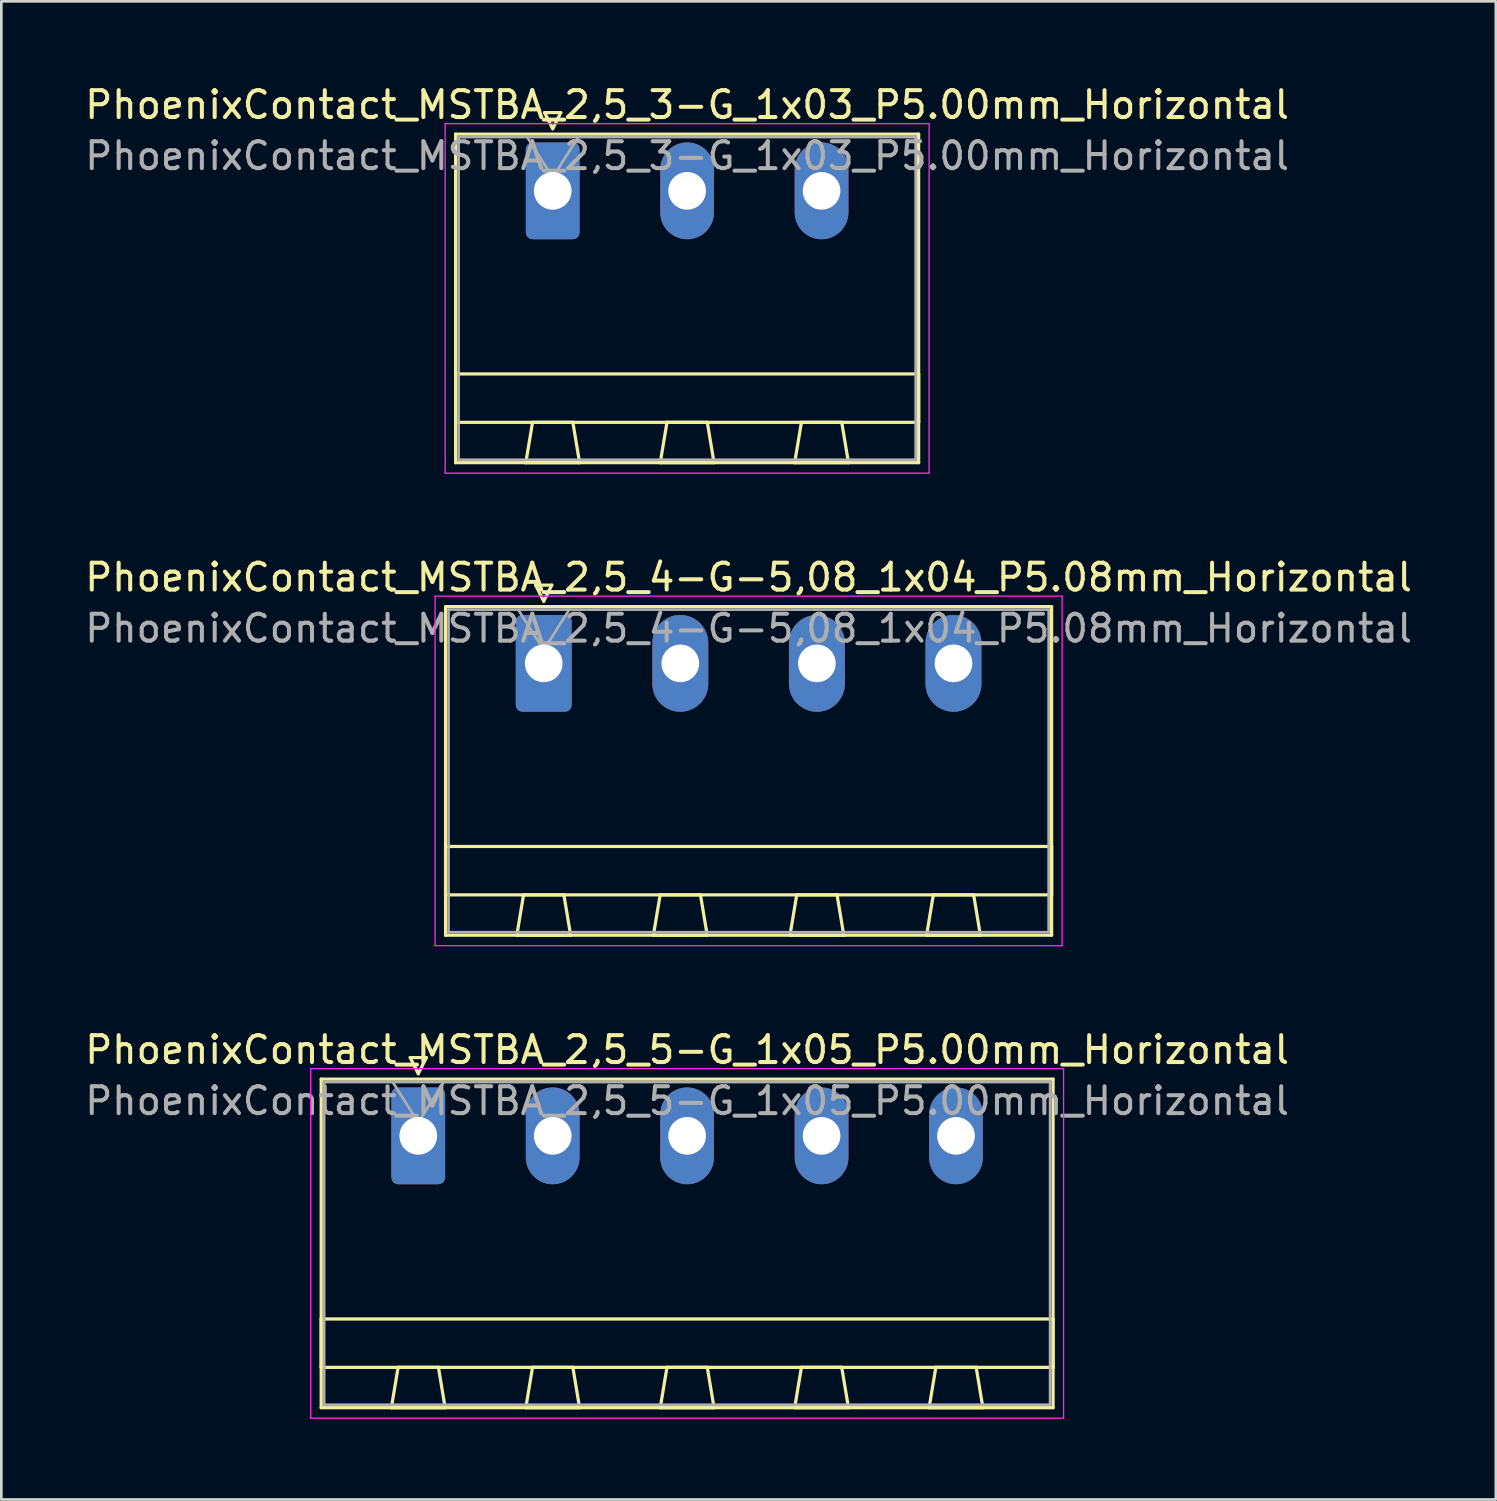
<source format=kicad_pcb>
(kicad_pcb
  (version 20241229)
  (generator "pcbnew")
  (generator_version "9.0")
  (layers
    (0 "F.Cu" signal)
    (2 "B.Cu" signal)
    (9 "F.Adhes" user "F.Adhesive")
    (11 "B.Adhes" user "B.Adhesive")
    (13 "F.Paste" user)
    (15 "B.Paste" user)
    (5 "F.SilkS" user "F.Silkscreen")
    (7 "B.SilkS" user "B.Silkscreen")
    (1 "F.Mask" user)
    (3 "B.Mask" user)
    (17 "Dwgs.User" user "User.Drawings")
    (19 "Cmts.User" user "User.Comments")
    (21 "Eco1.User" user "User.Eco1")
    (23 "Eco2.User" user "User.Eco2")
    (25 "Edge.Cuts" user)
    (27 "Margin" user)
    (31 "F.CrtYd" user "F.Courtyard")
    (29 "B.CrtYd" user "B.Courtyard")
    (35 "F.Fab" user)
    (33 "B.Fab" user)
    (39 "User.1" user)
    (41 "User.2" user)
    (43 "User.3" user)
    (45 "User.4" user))
  (footprint "PhoenixContact_MSTBA_2,5_3-G_1x03_P5.00mm_Horizontal"
    (layer "F.Cu")
    (at 17.506 4.048)
    (property "Reference" "PhoenixContact_MSTBA_2,5_3-G_1x03_P5.00mm_Horizontal" (at 5 -3.2 0) (layer "F.SilkS") (effects (font (size 1 1) (thickness 0.15))))
    (attr through_hole)
    (fp_line (start -3.61 -2.11) (end -3.61 10.11) (stroke (width 0.12) (type solid)) (layer "F.SilkS"))
    (fp_line (start -3.61 6.81) (end 13.61 6.81) (stroke (width 0.12) (type solid)) (layer "F.SilkS"))
    (fp_line (start -3.61 8.61) (end -3.61 6.81) (stroke (width 0.12) (type solid)) (layer "F.SilkS"))
    (fp_line (start -3.61 10.11) (end 13.61 10.11) (stroke (width 0.12) (type solid)) (layer "F.SilkS"))
    (fp_line (start -1 10.11) (end 1 10.11) (stroke (width 0.12) (type solid)) (layer "F.SilkS"))
    (fp_line (start -0.75 8.61) (end -1 10.11) (stroke (width 0.12) (type solid)) (layer "F.SilkS"))
    (fp_line (start -0.3 -2.91) (end 0.3 -2.91) (stroke (width 0.12) (type solid)) (layer "F.SilkS"))
    (fp_line (start 0 -2.31) (end -0.3 -2.91) (stroke (width 0.12) (type solid)) (layer "F.SilkS"))
    (fp_line (start 0.3 -2.91) (end 0 -2.31) (stroke (width 0.12) (type solid)) (layer "F.SilkS"))
    (fp_line (start 0.75 8.61) (end -0.75 8.61) (stroke (width 0.12) (type solid)) (layer "F.SilkS"))
    (fp_line (start 1 10.11) (end 0.75 8.61) (stroke (width 0.12) (type solid)) (layer "F.SilkS"))
    (fp_line (start 4 10.11) (end 6 10.11) (stroke (width 0.12) (type solid)) (layer "F.SilkS"))
    (fp_line (start 4.25 8.61) (end 4 10.11) (stroke (width 0.12) (type solid)) (layer "F.SilkS"))
    (fp_line (start 5.75 8.61) (end 4.25 8.61) (stroke (width 0.12) (type solid)) (layer "F.SilkS"))
    (fp_line (start 6 10.11) (end 5.75 8.61) (stroke (width 0.12) (type solid)) (layer "F.SilkS"))
    (fp_line (start 9 10.11) (end 11 10.11) (stroke (width 0.12) (type solid)) (layer "F.SilkS"))
    (fp_line (start 9.25 8.61) (end 9 10.11) (stroke (width 0.12) (type solid)) (layer "F.SilkS"))
    (fp_line (start 10.75 8.61) (end 9.25 8.61) (stroke (width 0.12) (type solid)) (layer "F.SilkS"))
    (fp_line (start 11 10.11) (end 10.75 8.61) (stroke (width 0.12) (type solid)) (layer "F.SilkS"))
    (fp_line (start 13.61 -2.11) (end -3.61 -2.11) (stroke (width 0.12) (type solid)) (layer "F.SilkS"))
    (fp_line (start 13.61 6.81) (end 13.61 8.61) (stroke (width 0.12) (type solid)) (layer "F.SilkS"))
    (fp_line (start 13.61 8.61) (end -3.61 8.61) (stroke (width 0.12) (type solid)) (layer "F.SilkS"))
    (fp_line (start 13.61 10.11) (end 13.61 -2.11) (stroke (width 0.12) (type solid)) (layer "F.SilkS"))
    (fp_line (start -4 -2.5) (end -4 10.5) (stroke (width 0.05) (type solid)) (layer "F.CrtYd"))
    (fp_line (start -4 10.5) (end 14 10.5) (stroke (width 0.05) (type solid)) (layer "F.CrtYd"))
    (fp_line (start 14 -2.5) (end -4 -2.5) (stroke (width 0.05) (type solid)) (layer "F.CrtYd"))
    (fp_line (start 14 10.5) (end 14 -2.5) (stroke (width 0.05) (type solid)) (layer "F.CrtYd"))
    (fp_line (start -3.5 -2) (end -3.5 10) (stroke (width 0.1) (type solid)) (layer "F.Fab"))
    (fp_line (start -3.5 10) (end 13.5 10) (stroke (width 0.1) (type solid)) (layer "F.Fab"))
    (fp_line (start 0 -0.5) (end -0.95 -2) (stroke (width 0.1) (type solid)) (layer "F.Fab"))
    (fp_line (start 0.95 -2) (end 0 -0.5) (stroke (width 0.1) (type solid)) (layer "F.Fab"))
    (fp_line (start 13.5 -2) (end -3.5 -2) (stroke (width 0.1) (type solid)) (layer "F.Fab"))
    (fp_line (start 13.5 10) (end 13.5 -2) (stroke (width 0.1) (type solid)) (layer "F.Fab"))
    (fp_text user "${REFERENCE}" (at 5 -1.3 0) (layer "F.Fab") (effects (font (size 1 1) (thickness 0.15))))
    (pad "1" thru_hole roundrect (at 0 0) (size 2 3.6) (drill 1.4) (layers "*.Cu" "*.Mask") (roundrect_rratio 0.125))
    (pad "2" thru_hole oval (at 5 0) (size 2 3.6) (drill 1.4) (layers "*.Cu" "*.Mask"))
    (pad "3" thru_hole oval (at 10 0) (size 2 3.6) (drill 1.4) (layers "*.Cu" "*.Mask")))
  (footprint "PhoenixContact_MSTBA_2,5_4-G-5,08_1x04_P5.08mm_Horizontal"
    (layer "F.Cu")
    (at 17.172 21.622)
    (property "Reference" "PhoenixContact_MSTBA_2,5_4-G-5,08_1x04_P5.08mm_Horizontal" (at 7.62 -3.2 0) (layer "F.SilkS") (effects (font (size 1 1) (thickness 0.15))))
    (attr through_hole)
    (fp_line (start -3.65 -2.11) (end -3.65 10.11) (stroke (width 0.12) (type solid)) (layer "F.SilkS"))
    (fp_line (start -3.65 6.81) (end 18.89 6.81) (stroke (width 0.12) (type solid)) (layer "F.SilkS"))
    (fp_line (start -3.65 8.61) (end -3.65 6.81) (stroke (width 0.12) (type solid)) (layer "F.SilkS"))
    (fp_line (start -3.65 10.11) (end 18.89 10.11) (stroke (width 0.12) (type solid)) (layer "F.SilkS"))
    (fp_line (start -1 10.11) (end 1 10.11) (stroke (width 0.12) (type solid)) (layer "F.SilkS"))
    (fp_line (start -0.75 8.61) (end -1 10.11) (stroke (width 0.12) (type solid)) (layer "F.SilkS"))
    (fp_line (start -0.3 -2.91) (end 0.3 -2.91) (stroke (width 0.12) (type solid)) (layer "F.SilkS"))
    (fp_line (start 0 -2.31) (end -0.3 -2.91) (stroke (width 0.12) (type solid)) (layer "F.SilkS"))
    (fp_line (start 0.3 -2.91) (end 0 -2.31) (stroke (width 0.12) (type solid)) (layer "F.SilkS"))
    (fp_line (start 0.75 8.61) (end -0.75 8.61) (stroke (width 0.12) (type solid)) (layer "F.SilkS"))
    (fp_line (start 1 10.11) (end 0.75 8.61) (stroke (width 0.12) (type solid)) (layer "F.SilkS"))
    (fp_line (start 4.08 10.11) (end 6.08 10.11) (stroke (width 0.12) (type solid)) (layer "F.SilkS"))
    (fp_line (start 4.33 8.61) (end 4.08 10.11) (stroke (width 0.12) (type solid)) (layer "F.SilkS"))
    (fp_line (start 5.83 8.61) (end 4.33 8.61) (stroke (width 0.12) (type solid)) (layer "F.SilkS"))
    (fp_line (start 6.08 10.11) (end 5.83 8.61) (stroke (width 0.12) (type solid)) (layer "F.SilkS"))
    (fp_line (start 9.16 10.11) (end 11.16 10.11) (stroke (width 0.12) (type solid)) (layer "F.SilkS"))
    (fp_line (start 9.41 8.61) (end 9.16 10.11) (stroke (width 0.12) (type solid)) (layer "F.SilkS"))
    (fp_line (start 10.91 8.61) (end 9.41 8.61) (stroke (width 0.12) (type solid)) (layer "F.SilkS"))
    (fp_line (start 11.16 10.11) (end 10.91 8.61) (stroke (width 0.12) (type solid)) (layer "F.SilkS"))
    (fp_line (start 14.24 10.11) (end 16.24 10.11) (stroke (width 0.12) (type solid)) (layer "F.SilkS"))
    (fp_line (start 14.49 8.61) (end 14.24 10.11) (stroke (width 0.12) (type solid)) (layer "F.SilkS"))
    (fp_line (start 15.99 8.61) (end 14.49 8.61) (stroke (width 0.12) (type solid)) (layer "F.SilkS"))
    (fp_line (start 16.24 10.11) (end 15.99 8.61) (stroke (width 0.12) (type solid)) (layer "F.SilkS"))
    (fp_line (start 18.89 -2.11) (end -3.65 -2.11) (stroke (width 0.12) (type solid)) (layer "F.SilkS"))
    (fp_line (start 18.89 6.81) (end 18.89 8.61) (stroke (width 0.12) (type solid)) (layer "F.SilkS"))
    (fp_line (start 18.89 8.61) (end -3.65 8.61) (stroke (width 0.12) (type solid)) (layer "F.SilkS"))
    (fp_line (start 18.89 10.11) (end 18.89 -2.11) (stroke (width 0.12) (type solid)) (layer "F.SilkS"))
    (fp_line (start -4.04 -2.5) (end -4.04 10.5) (stroke (width 0.05) (type solid)) (layer "F.CrtYd"))
    (fp_line (start -4.04 10.5) (end 19.28 10.5) (stroke (width 0.05) (type solid)) (layer "F.CrtYd"))
    (fp_line (start 19.28 -2.5) (end -4.04 -2.5) (stroke (width 0.05) (type solid)) (layer "F.CrtYd"))
    (fp_line (start 19.28 10.5) (end 19.28 -2.5) (stroke (width 0.05) (type solid)) (layer "F.CrtYd"))
    (fp_line (start -3.54 -2) (end -3.54 10) (stroke (width 0.1) (type solid)) (layer "F.Fab"))
    (fp_line (start -3.54 10) (end 18.78 10) (stroke (width 0.1) (type solid)) (layer "F.Fab"))
    (fp_line (start 0 -0.5) (end -0.95 -2) (stroke (width 0.1) (type solid)) (layer "F.Fab"))
    (fp_line (start 0.95 -2) (end 0 -0.5) (stroke (width 0.1) (type solid)) (layer "F.Fab"))
    (fp_line (start 18.78 -2) (end -3.54 -2) (stroke (width 0.1) (type solid)) (layer "F.Fab"))
    (fp_line (start 18.78 10) (end 18.78 -2) (stroke (width 0.1) (type solid)) (layer "F.Fab"))
    (fp_text user "${REFERENCE}" (at 7.62 -1.3 0) (layer "F.Fab") (effects (font (size 1 1) (thickness 0.15))))
    (pad "1" thru_hole roundrect (at 0 0) (size 2.08 3.6) (drill 1.4) (layers "*.Cu" "*.Mask") (roundrect_rratio 0.12))
    (pad "2" thru_hole oval (at 5.08 0) (size 2.08 3.6) (drill 1.4) (layers "*.Cu" "*.Mask"))
    (pad "3" thru_hole oval (at 10.16 0) (size 2.08 3.6) (drill 1.4) (layers "*.Cu" "*.Mask"))
    (pad "4" thru_hole oval (at 15.24 0) (size 2.08 3.6) (drill 1.4) (layers "*.Cu" "*.Mask")))
  (footprint "PhoenixContact_MSTBA_2,5_5-G_1x05_P5.00mm_Horizontal"
    (layer "F.Cu")
    (at 12.506 39.195)
    (property "Reference" "PhoenixContact_MSTBA_2,5_5-G_1x05_P5.00mm_Horizontal" (at 10 -3.2 0) (layer "F.SilkS") (effects (font (size 1 1) (thickness 0.15))))
    (attr through_hole)
    (fp_line (start -3.61 -2.11) (end -3.61 10.11) (stroke (width 0.12) (type solid)) (layer "F.SilkS"))
    (fp_line (start -3.61 6.81) (end 23.61 6.81) (stroke (width 0.12) (type solid)) (layer "F.SilkS"))
    (fp_line (start -3.61 8.61) (end -3.61 6.81) (stroke (width 0.12) (type solid)) (layer "F.SilkS"))
    (fp_line (start -3.61 10.11) (end 23.61 10.11) (stroke (width 0.12) (type solid)) (layer "F.SilkS"))
    (fp_line (start -1 10.11) (end 1 10.11) (stroke (width 0.12) (type solid)) (layer "F.SilkS"))
    (fp_line (start -0.75 8.61) (end -1 10.11) (stroke (width 0.12) (type solid)) (layer "F.SilkS"))
    (fp_line (start -0.3 -2.91) (end 0.3 -2.91) (stroke (width 0.12) (type solid)) (layer "F.SilkS"))
    (fp_line (start 0 -2.31) (end -0.3 -2.91) (stroke (width 0.12) (type solid)) (layer "F.SilkS"))
    (fp_line (start 0.3 -2.91) (end 0 -2.31) (stroke (width 0.12) (type solid)) (layer "F.SilkS"))
    (fp_line (start 0.75 8.61) (end -0.75 8.61) (stroke (width 0.12) (type solid)) (layer "F.SilkS"))
    (fp_line (start 1 10.11) (end 0.75 8.61) (stroke (width 0.12) (type solid)) (layer "F.SilkS"))
    (fp_line (start 4 10.11) (end 6 10.11) (stroke (width 0.12) (type solid)) (layer "F.SilkS"))
    (fp_line (start 4.25 8.61) (end 4 10.11) (stroke (width 0.12) (type solid)) (layer "F.SilkS"))
    (fp_line (start 5.75 8.61) (end 4.25 8.61) (stroke (width 0.12) (type solid)) (layer "F.SilkS"))
    (fp_line (start 6 10.11) (end 5.75 8.61) (stroke (width 0.12) (type solid)) (layer "F.SilkS"))
    (fp_line (start 9 10.11) (end 11 10.11) (stroke (width 0.12) (type solid)) (layer "F.SilkS"))
    (fp_line (start 9.25 8.61) (end 9 10.11) (stroke (width 0.12) (type solid)) (layer "F.SilkS"))
    (fp_line (start 10.75 8.61) (end 9.25 8.61) (stroke (width 0.12) (type solid)) (layer "F.SilkS"))
    (fp_line (start 11 10.11) (end 10.75 8.61) (stroke (width 0.12) (type solid)) (layer "F.SilkS"))
    (fp_line (start 14 10.11) (end 16 10.11) (stroke (width 0.12) (type solid)) (layer "F.SilkS"))
    (fp_line (start 14.25 8.61) (end 14 10.11) (stroke (width 0.12) (type solid)) (layer "F.SilkS"))
    (fp_line (start 15.75 8.61) (end 14.25 8.61) (stroke (width 0.12) (type solid)) (layer "F.SilkS"))
    (fp_line (start 16 10.11) (end 15.75 8.61) (stroke (width 0.12) (type solid)) (layer "F.SilkS"))
    (fp_line (start 19 10.11) (end 21 10.11) (stroke (width 0.12) (type solid)) (layer "F.SilkS"))
    (fp_line (start 19.25 8.61) (end 19 10.11) (stroke (width 0.12) (type solid)) (layer "F.SilkS"))
    (fp_line (start 20.75 8.61) (end 19.25 8.61) (stroke (width 0.12) (type solid)) (layer "F.SilkS"))
    (fp_line (start 21 10.11) (end 20.75 8.61) (stroke (width 0.12) (type solid)) (layer "F.SilkS"))
    (fp_line (start 23.61 -2.11) (end -3.61 -2.11) (stroke (width 0.12) (type solid)) (layer "F.SilkS"))
    (fp_line (start 23.61 6.81) (end 23.61 8.61) (stroke (width 0.12) (type solid)) (layer "F.SilkS"))
    (fp_line (start 23.61 8.61) (end -3.61 8.61) (stroke (width 0.12) (type solid)) (layer "F.SilkS"))
    (fp_line (start 23.61 10.11) (end 23.61 -2.11) (stroke (width 0.12) (type solid)) (layer "F.SilkS"))
    (fp_line (start -4 -2.5) (end -4 10.5) (stroke (width 0.05) (type solid)) (layer "F.CrtYd"))
    (fp_line (start -4 10.5) (end 24 10.5) (stroke (width 0.05) (type solid)) (layer "F.CrtYd"))
    (fp_line (start 24 -2.5) (end -4 -2.5) (stroke (width 0.05) (type solid)) (layer "F.CrtYd"))
    (fp_line (start 24 10.5) (end 24 -2.5) (stroke (width 0.05) (type solid)) (layer "F.CrtYd"))
    (fp_line (start -3.5 -2) (end -3.5 10) (stroke (width 0.1) (type solid)) (layer "F.Fab"))
    (fp_line (start -3.5 10) (end 23.5 10) (stroke (width 0.1) (type solid)) (layer "F.Fab"))
    (fp_line (start 0 -0.5) (end -0.95 -2) (stroke (width 0.1) (type solid)) (layer "F.Fab"))
    (fp_line (start 0.95 -2) (end 0 -0.5) (stroke (width 0.1) (type solid)) (layer "F.Fab"))
    (fp_line (start 23.5 -2) (end -3.5 -2) (stroke (width 0.1) (type solid)) (layer "F.Fab"))
    (fp_line (start 23.5 10) (end 23.5 -2) (stroke (width 0.1) (type solid)) (layer "F.Fab"))
    (fp_text user "${REFERENCE}" (at 10 -1.3 0) (layer "F.Fab") (effects (font (size 1 1) (thickness 0.15))))
    (pad "1" thru_hole roundrect (at 0 0) (size 2 3.6) (drill 1.4) (layers "*.Cu" "*.Mask") (roundrect_rratio 0.125))
    (pad "2" thru_hole oval (at 5 0) (size 2 3.6) (drill 1.4) (layers "*.Cu" "*.Mask"))
    (pad "3" thru_hole oval (at 10 0) (size 2 3.6) (drill 1.4) (layers "*.Cu" "*.Mask"))
    (pad "4" thru_hole oval (at 15 0) (size 2 3.6) (drill 1.4) (layers "*.Cu" "*.Mask"))
    (pad "5" thru_hole oval (at 20 0) (size 2 3.6) (drill 1.4) (layers "*.Cu" "*.Mask")))
  (gr_rect
    (start -3 -3)
    (end 52.583 52.72)
    (stroke (width 0.1) (type default))
    (fill no)
    (layer "Edge.Cuts")))
</source>
